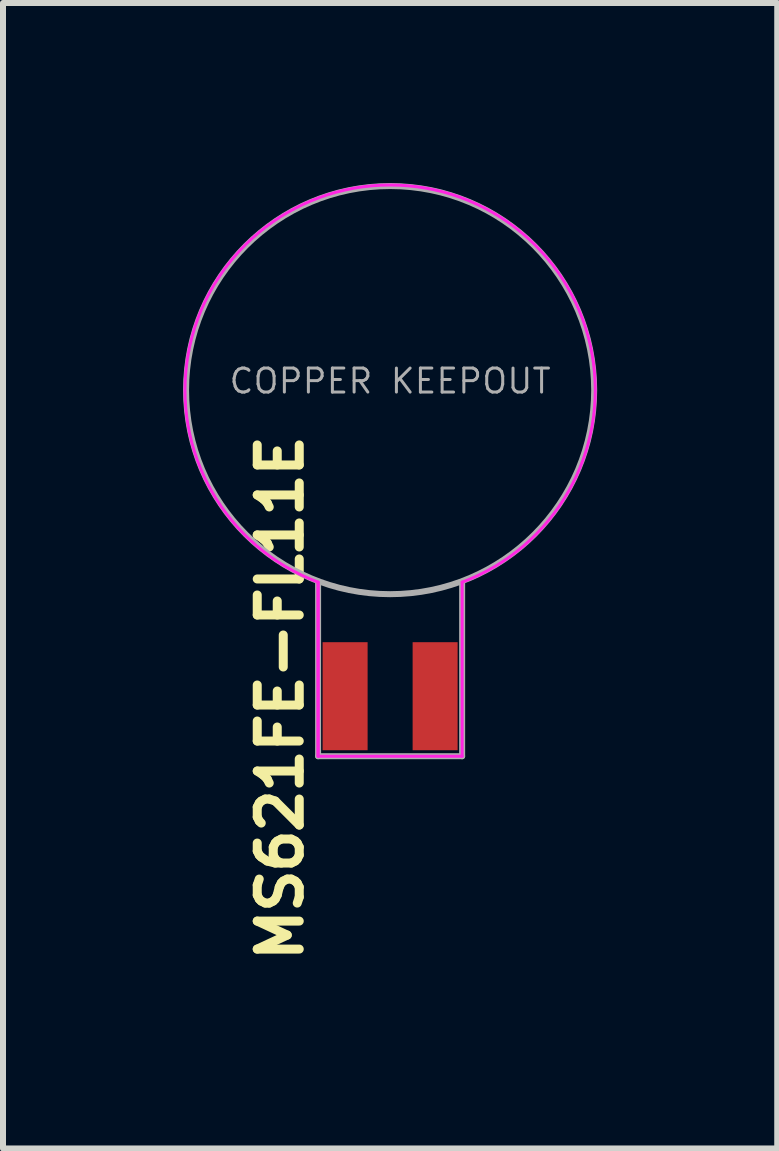
<source format=kicad_pcb>
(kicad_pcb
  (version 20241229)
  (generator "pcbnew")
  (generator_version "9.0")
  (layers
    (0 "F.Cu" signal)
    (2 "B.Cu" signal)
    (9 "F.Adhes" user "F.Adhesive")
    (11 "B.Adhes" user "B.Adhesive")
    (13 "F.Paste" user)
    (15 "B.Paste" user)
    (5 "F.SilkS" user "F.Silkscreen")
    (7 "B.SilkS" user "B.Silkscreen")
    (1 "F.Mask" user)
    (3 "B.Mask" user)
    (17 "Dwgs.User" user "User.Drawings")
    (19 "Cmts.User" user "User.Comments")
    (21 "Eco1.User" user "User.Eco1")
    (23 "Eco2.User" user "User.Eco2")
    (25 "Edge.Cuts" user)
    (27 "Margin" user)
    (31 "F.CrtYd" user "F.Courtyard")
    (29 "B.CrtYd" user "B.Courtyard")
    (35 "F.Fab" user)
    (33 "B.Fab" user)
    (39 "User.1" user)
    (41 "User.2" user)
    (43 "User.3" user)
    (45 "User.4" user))
  (footprint "MS621FE-FL11E"
    (layer "F.Cu")
    (at 3.45 8.55)
    (property "Reference" "MS621FE-FL11E" (at -1.83 0.03 270) (layer "F.SilkS") (effects (font (size 0.7 0.7) (thickness 0.15))))
    (attr smd)
    (fp_line (start -1.2 -1.9) (end -1.2 1) (stroke (width 0.05) (type solid)) (layer "F.CrtYd"))
    (fp_line (start -1.2 1) (end -1.2 -1.9) (stroke (width 0.05) (type solid)) (layer "F.CrtYd"))
    (fp_line (start -1.2 1) (end 1.2 1) (stroke (width 0.05) (type solid)) (layer "F.CrtYd"))
    (fp_line (start 1.2 1) (end 1.2 -1.9) (stroke (width 0.05) (type solid)) (layer "F.CrtYd"))
    (fp_arc (start -1.2 -1.9) (mid 0 -8.517601) (end 1.2 -1.9) (stroke (width 0.05) (type solid)) (layer "F.CrtYd"))
    (fp_line (start -1.2 1) (end -1.2 -1.9) (stroke (width 0.1) (type solid)) (layer "F.Fab"))
    (fp_line (start -1.2 1) (end 1.2 1) (stroke (width 0.1) (type solid)) (layer "F.Fab"))
    (fp_line (start 1.2 1) (end 1.2 -1.9) (stroke (width 0.1) (type solid)) (layer "F.Fab"))
    (fp_circle (center 0 -5.1) (end 0 -1.7) (stroke (width 0.1) (type solid)) (fill no) (layer "F.Fab"))
    (fp_text user "COPPER KEEPOUT" (at 0 -5.25 0) (unlocked yes) (layer "F.Fab") (effects (font (size 0.4 0.4) (thickness 0.05))))
    (pad "+" smd rect (at 0.75 0 90) (size 1.8 0.75) (layers "F.Cu" "F.Mask" "F.Paste"))
    (pad "-" smd rect (at -0.75 0 90) (size 1.8 0.75) (layers "F.Cu" "F.Mask" "F.Paste"))
    (zone (net_name "") (layers "F.Cu" "F.CrtYd") (hatch edge 0.508) (connect_pads) (min_thickness 0.254) (filled_areas_thickness no) (keepout (tracks allowed) (vias not_allowed) (pads not_allowed) (copperpour allowed) (footprints allowed)) (placement (enabled no)) (fill) (polygon (pts (xy 6.7 2.55) (xy 6.7 4.05) (xy 5.7 5.8) (xy 3.45 6.8) (xy 1.2 5.8) (xy 0.2 4.05) (xy 0.2 2.55) (xy 1.45 0.8) (xy 3.45 0.032) (xy 5.45 0.8)))))
  (gr_rect
    (start -3 -3)
    (end 9.9 16.085)
    (stroke (width 0.1) (type default))
    (fill no)
    (layer "Edge.Cuts")))
</source>
